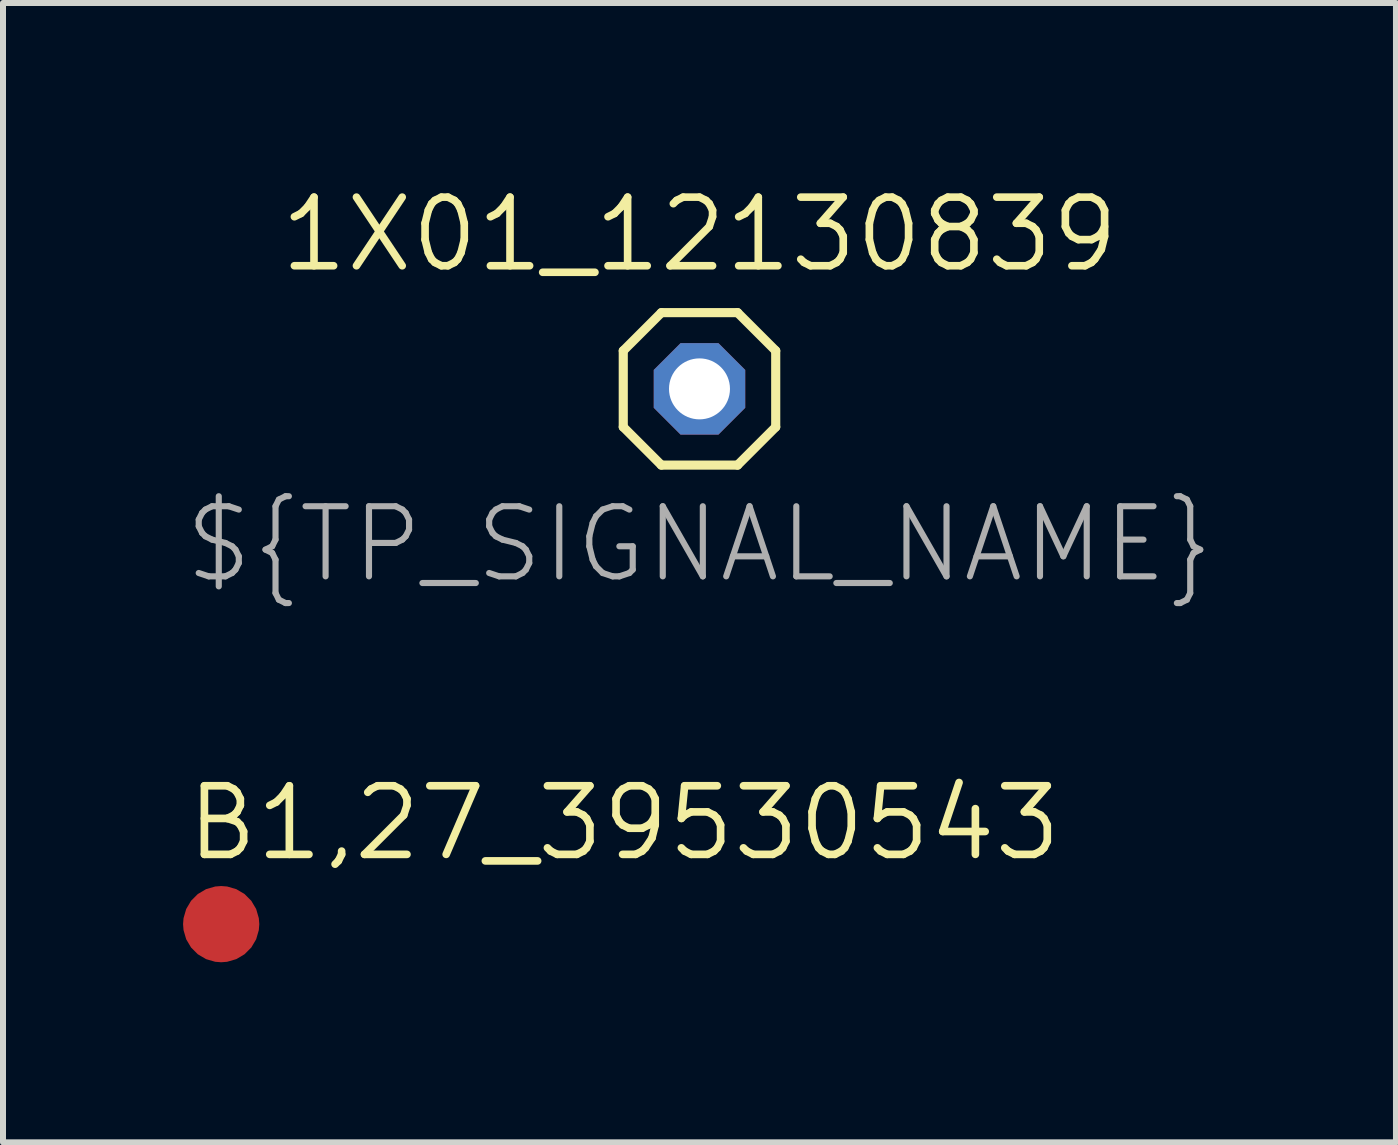
<source format=kicad_pcb>
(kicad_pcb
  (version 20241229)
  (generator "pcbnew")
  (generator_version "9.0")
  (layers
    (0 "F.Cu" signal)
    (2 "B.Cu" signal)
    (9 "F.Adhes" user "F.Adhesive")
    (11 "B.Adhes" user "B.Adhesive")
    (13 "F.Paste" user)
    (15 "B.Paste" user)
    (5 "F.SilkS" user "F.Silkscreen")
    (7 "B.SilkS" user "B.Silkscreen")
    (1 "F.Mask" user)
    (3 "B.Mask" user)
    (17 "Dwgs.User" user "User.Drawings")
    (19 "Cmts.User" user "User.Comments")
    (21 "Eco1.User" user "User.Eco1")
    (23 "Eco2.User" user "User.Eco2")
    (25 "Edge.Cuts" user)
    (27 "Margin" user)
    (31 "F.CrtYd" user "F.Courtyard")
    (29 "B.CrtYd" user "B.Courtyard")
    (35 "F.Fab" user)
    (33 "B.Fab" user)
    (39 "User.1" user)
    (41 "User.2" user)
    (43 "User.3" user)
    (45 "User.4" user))
  (footprint "1X01_12130839"
    (layer "F.Cu")
    (at 8.604 3.429)
    (property "Reference" "1X01_12130839" (at 0 -1.905 0) (unlocked yes) (layer "F.SilkS") (effects (font (size 1.143 1.143) (thickness 0.127)) (justify bottom)))
    (fp_line (start -1.27 -0.635) (end -1.27 0.635) (stroke (width 0.152) (type solid)) (layer "F.SilkS"))
    (fp_line (start -1.27 0.635) (end -0.635 1.27) (stroke (width 0.152) (type solid)) (layer "F.SilkS"))
    (fp_line (start -0.635 -1.27) (end -1.27 -0.635) (stroke (width 0.152) (type solid)) (layer "F.SilkS"))
    (fp_line (start -0.635 -1.27) (end 0.635 -1.27) (stroke (width 0.152) (type solid)) (layer "F.SilkS"))
    (fp_line (start 0.635 -1.27) (end 1.27 -0.635) (stroke (width 0.152) (type solid)) (layer "F.SilkS"))
    (fp_line (start 0.635 1.27) (end -0.635 1.27) (stroke (width 0.152) (type solid)) (layer "F.SilkS"))
    (fp_line (start 1.27 -0.635) (end 1.27 0.635) (stroke (width 0.152) (type solid)) (layer "F.SilkS"))
    (fp_line (start 1.27 0.635) (end 0.635 1.27) (stroke (width 0.152) (type solid)) (layer "F.SilkS"))
    (fp_poly (pts (xy -0.254 0.254) (xy 0.254 0.254) (xy 0.254 -0.254) (xy -0.254 -0.254)) (stroke (width 0.1) (type default)) (fill no) (layer "F.Fab"))
    (fp_text user "${TP_SIGNAL_NAME}" (at 0 1.905 0) (unlocked yes) (layer "F.Fab") (effects (font (size 1.168 1.168) (thickness 0.102)) (justify top)))
    (pad "1" thru_hole roundrect (at 0 0) (size 1.524 1.524) (drill 1.016) (layers "*.Cu" "*.Mask") (roundrect_rratio 0.25) (chamfer_ratio 0.293) (chamfer top_left top_right bottom_left bottom_right)))
  (footprint "B1,27_39530543"
    (layer "F.Cu")
    (at 0.635 12.347)
    (property "Reference" "B1,27_39530543" (at -0.635 -1.016 0) (unlocked yes) (layer "F.SilkS") (effects (font (size 1.143 1.143) (thickness 0.127)) (justify left bottom)))
    (pad "TP" smd roundrect (at 0 0) (size 1.27 1.27) (layers "F.Cu" "F.Mask") (roundrect_rratio 0.5)))
  (gr_rect
    (start -3 -3)
    (end 20.208 15.982)
    (stroke (width 0.1) (type default))
    (fill no)
    (layer "Edge.Cuts")))
</source>
